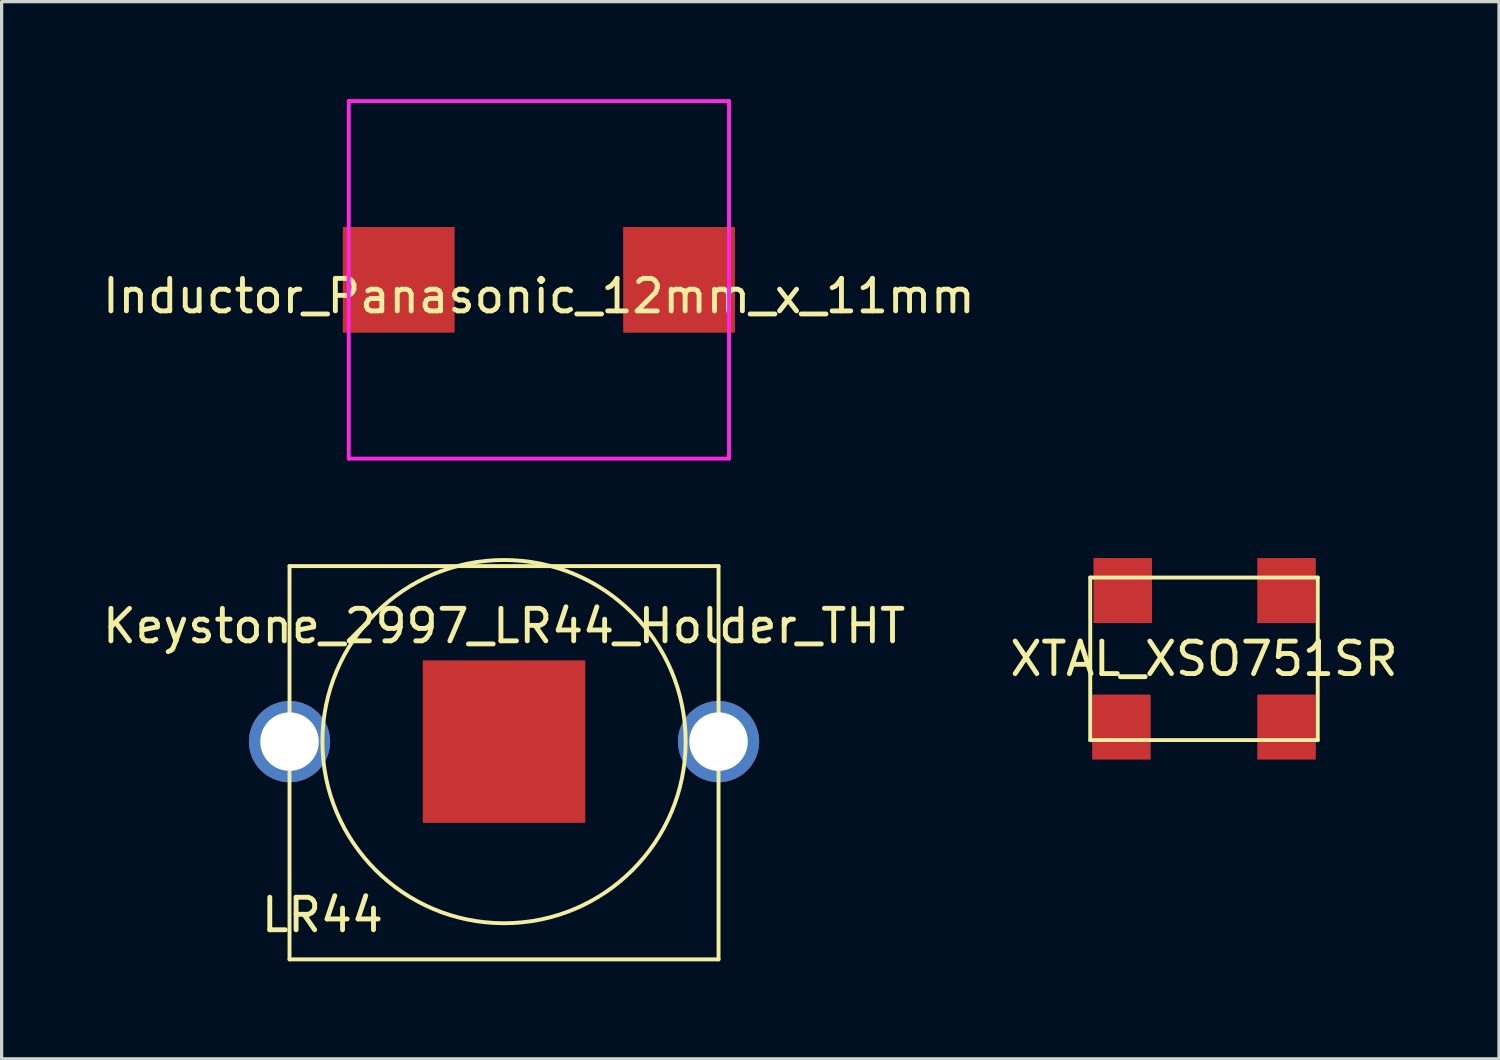
<source format=kicad_pcb>
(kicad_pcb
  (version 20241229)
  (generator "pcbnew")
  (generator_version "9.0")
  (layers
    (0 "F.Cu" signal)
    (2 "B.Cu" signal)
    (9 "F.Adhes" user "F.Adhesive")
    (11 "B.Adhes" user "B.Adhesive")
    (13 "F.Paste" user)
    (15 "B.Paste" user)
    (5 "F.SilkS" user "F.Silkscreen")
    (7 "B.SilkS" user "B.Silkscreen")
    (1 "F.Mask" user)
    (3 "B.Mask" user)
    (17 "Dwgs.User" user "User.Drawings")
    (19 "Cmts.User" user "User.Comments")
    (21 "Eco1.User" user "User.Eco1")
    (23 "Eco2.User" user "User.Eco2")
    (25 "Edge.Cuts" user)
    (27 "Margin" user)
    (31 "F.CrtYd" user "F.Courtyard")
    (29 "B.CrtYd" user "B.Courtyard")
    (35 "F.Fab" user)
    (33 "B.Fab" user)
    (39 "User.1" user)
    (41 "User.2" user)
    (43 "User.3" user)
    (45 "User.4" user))
  (footprint "Keystone_2997_LR44_Holder_THT"
    (layer "F.Cu")
    (at 12.458 19.768)
    (property "Reference" "Keystone_2997_LR44_Holder_THT" (at 0 -3.556 0) (layer "F.SilkS") (effects (font (size 1 1) (thickness 0.15))))
    (attr through_hole)
    (fp_line (start -6.6 -5.4) (end -6.6 6.7) (stroke (width 0.12) (type solid)) (layer "F.SilkS"))
    (fp_line (start -6.6 -5.4) (end 6.6 -5.4) (stroke (width 0.12) (type solid)) (layer "F.SilkS"))
    (fp_line (start -6.6 6.7) (end 6.6 6.7) (stroke (width 0.12) (type solid)) (layer "F.SilkS"))
    (fp_line (start 6.6 -5.4) (end 6.6 6.7) (stroke (width 0.12) (type solid)) (layer "F.SilkS"))
    (fp_circle (center 0 0) (end 5.588 0) (stroke (width 0.12) (type solid)) (fill no) (layer "F.SilkS"))
    (fp_text user "LR44" (at -5.588 5.334 0) (layer "F.SilkS") (effects (font (size 1 1) (thickness 0.15))))
    (pad "1" thru_hole circle (at -6.6 0) (size 2.5 2.5) (drill 1.8) (layers "*.Cu" "*.Mask"))
    (pad "1" thru_hole circle (at 6.6 0) (size 2.5 2.5) (drill 1.8) (layers "*.Cu" "*.Mask"))
    (pad "2" connect rect (at 0 0) (size 5 5) (layers "F.Cu" "F.Mask")))
  (footprint "XTAL_XSO751SR"
    (layer "F.Cu")
    (at 33.994 17.22)
    (property "Reference" "XTAL_XSO751SR" (at 0 0 0) (layer "F.SilkS") (effects (font (size 1 1) (thickness 0.15))))
    (attr through_hole)
    (fp_line (start -3.5 -2.5) (end -3.5 2.5) (stroke (width 0.12) (type solid)) (layer "F.SilkS"))
    (fp_line (start -3.5 2.5) (end 3.5 2.5) (stroke (width 0.12) (type solid)) (layer "F.SilkS"))
    (fp_line (start 3.5 -2.5) (end -3.5 -2.5) (stroke (width 0.12) (type solid)) (layer "F.SilkS"))
    (fp_line (start 3.5 2.5) (end 3.5 -2.5) (stroke (width 0.12) (type solid)) (layer "F.SilkS"))
    (pad "1" smd rect (at -2.54 2.1 90) (size 2 1.8) (layers "F.Cu" "F.Mask" "F.Paste"))
    (pad "2" smd rect (at 2.54 2.1) (size 1.8 2) (layers "F.Cu" "F.Mask" "F.Paste"))
    (pad "3" smd rect (at 2.54 -2.1) (size 1.8 2) (layers "F.Cu" "F.Mask" "F.Paste"))
    (pad "4" smd rect (at -2.5 -2.1 90) (size 2 1.8) (layers "F.Cu" "F.Mask" "F.Paste")))
  (footprint "Inductor_Panasonic_12mm_x_11mm"
    (layer "F.Cu")
    (at 13.53 5.56)
    (property "Reference" "Inductor_Panasonic_12mm_x_11mm" (at 0 0.5 0) (layer "F.SilkS") (effects (font (size 1 1) (thickness 0.15))))
    (attr through_hole)
    (fp_line (start -5.85 -5.5) (end -5.85 5.5) (stroke (width 0.12) (type solid)) (layer "F.CrtYd"))
    (fp_line (start -5.85 5.5) (end 5.85 5.5) (stroke (width 0.12) (type solid)) (layer "F.CrtYd"))
    (fp_line (start 5.85 -5.5) (end -5.85 -5.5) (stroke (width 0.12) (type solid)) (layer "F.CrtYd"))
    (fp_line (start 5.85 5.5) (end 5.85 -5.5) (stroke (width 0.12) (type solid)) (layer "F.CrtYd"))
    (pad "1" smd rect (at -4.313 0) (size 3.439 3.251) (layers "F.Cu" "F.Mask" "F.Paste"))
    (pad "2" smd rect (at 4.313 0) (size 3.439 3.251) (layers "F.Cu" "F.Mask" "F.Paste")))
  (gr_rect
    (start -3 -3)
    (end 43.071 29.528)
    (stroke (width 0.1) (type default))
    (fill no)
    (layer "Edge.Cuts")))
</source>
